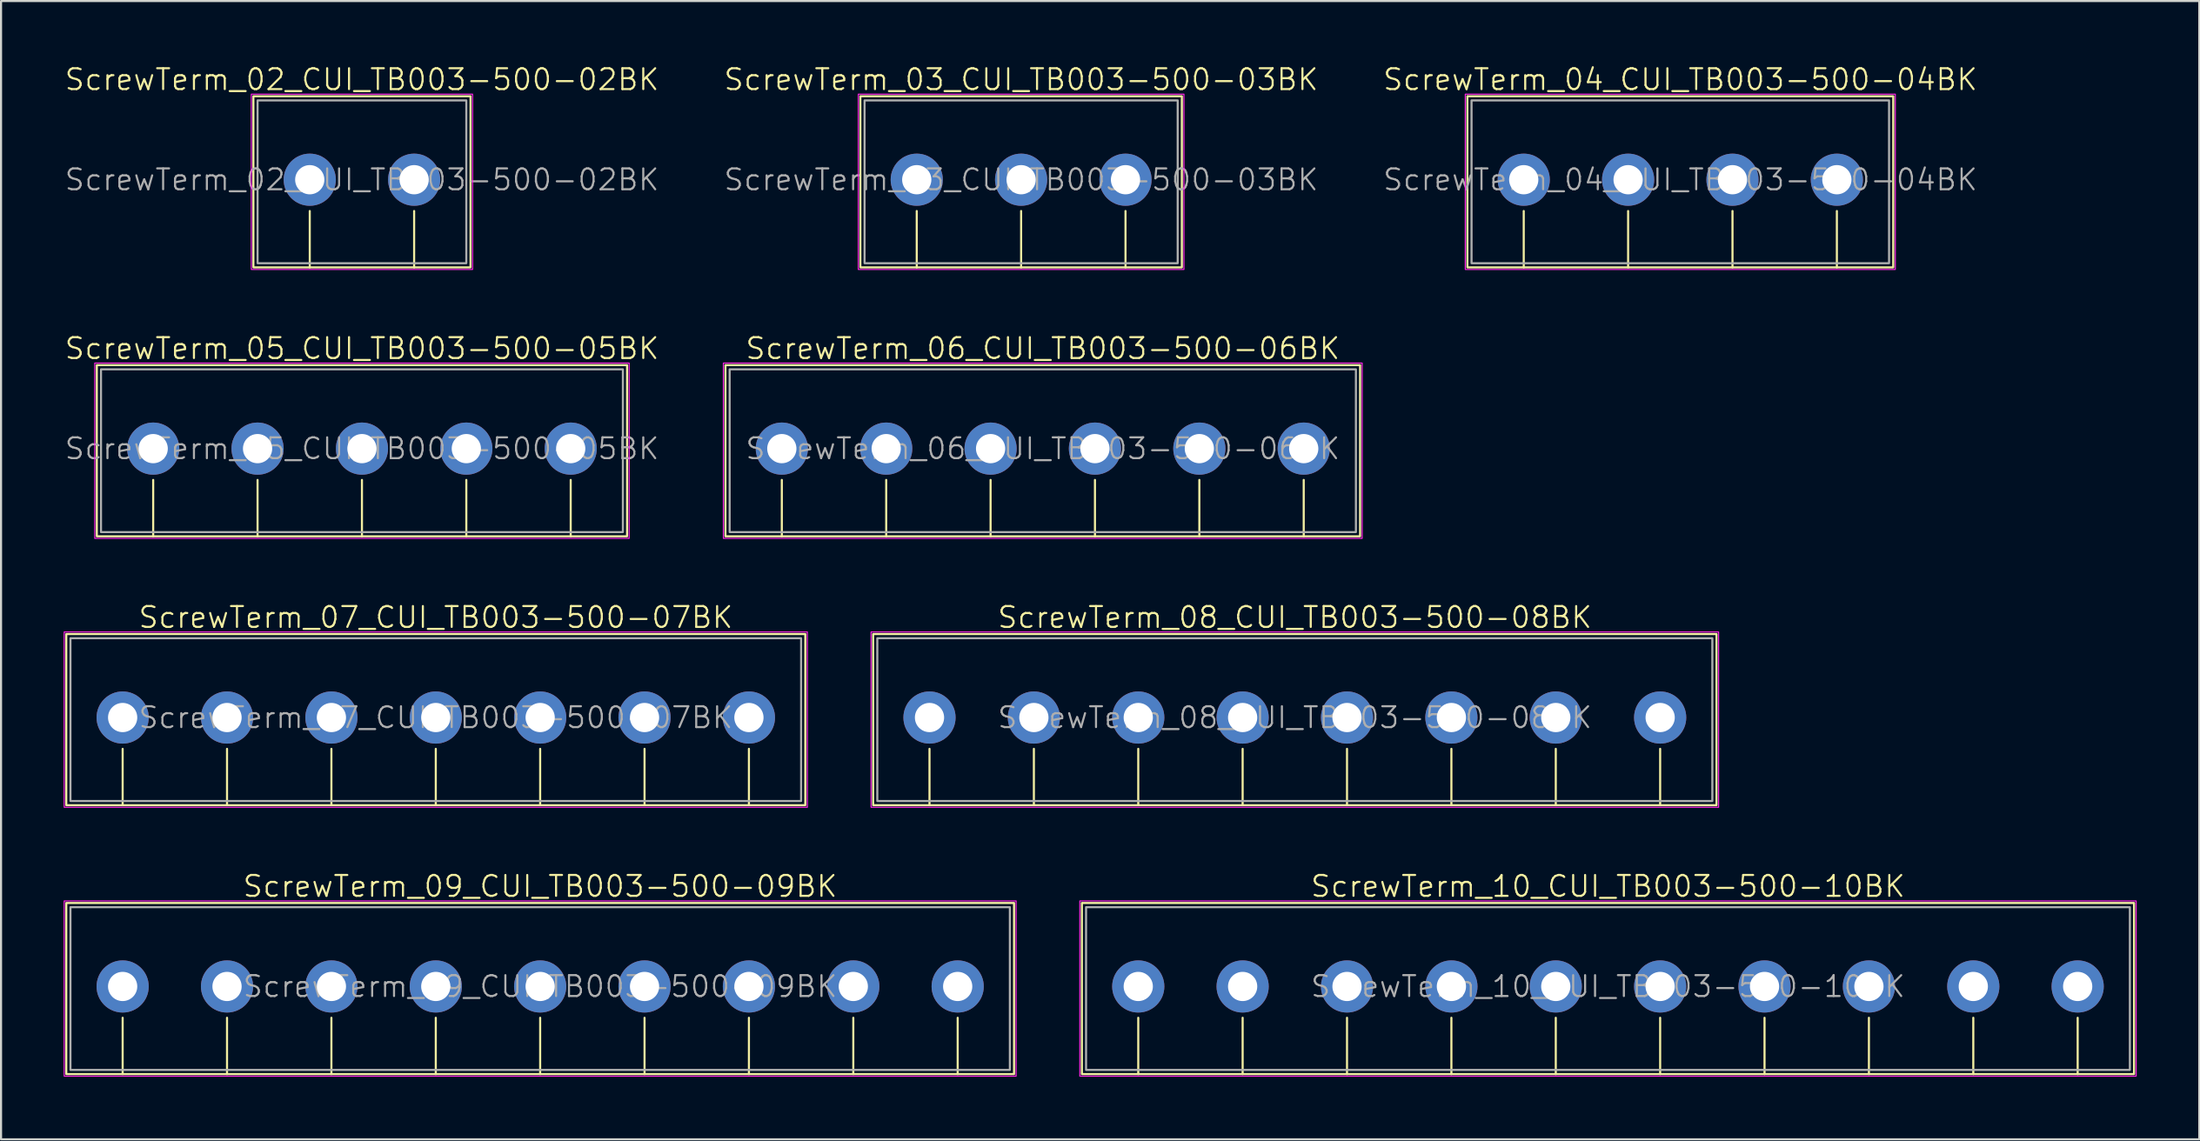
<source format=kicad_pcb>
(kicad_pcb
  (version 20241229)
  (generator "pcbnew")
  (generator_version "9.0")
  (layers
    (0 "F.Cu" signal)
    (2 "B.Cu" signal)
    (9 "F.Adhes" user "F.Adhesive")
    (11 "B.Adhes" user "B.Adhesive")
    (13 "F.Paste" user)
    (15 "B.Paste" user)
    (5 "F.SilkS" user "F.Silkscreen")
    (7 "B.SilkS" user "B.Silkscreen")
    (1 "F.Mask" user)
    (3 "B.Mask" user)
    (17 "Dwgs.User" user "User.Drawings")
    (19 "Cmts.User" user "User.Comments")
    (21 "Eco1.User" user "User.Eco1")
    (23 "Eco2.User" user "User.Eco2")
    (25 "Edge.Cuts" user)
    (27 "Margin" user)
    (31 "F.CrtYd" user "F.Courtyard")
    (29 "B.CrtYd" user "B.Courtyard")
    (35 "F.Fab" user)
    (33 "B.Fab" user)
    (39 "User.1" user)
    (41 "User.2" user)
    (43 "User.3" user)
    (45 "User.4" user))
  (footprint "ScrewTerm_02_CUI_TB003-500-02BK"
    (layer "F.Cu")
    (at 14.288 5.561)
    (property "Reference" "ScrewTerm_02_CUI_TB003-500-02BK" (at 0 -4.8 0) (unlocked yes) (layer "F.SilkS") (effects (font (size 1 1) (thickness 0.1))))
    (attr through_hole)
    (fp_line (start -2.5 1.5) (end -2.5 4.2) (stroke (width 0.1) (type default)) (layer "F.SilkS"))
    (fp_line (start 2.5 1.5) (end 2.5 4.2) (stroke (width 0.1) (type default)) (layer "F.SilkS"))
    (fp_rect (start -5.2 -4) (end 5.2 4.2) (stroke (width 0.1) (type default)) (fill no) (layer "F.SilkS"))
    (fp_rect (start -5.3 -4.1) (end 5.3 4.3) (stroke (width 0.05) (type default)) (fill no) (layer "F.CrtYd"))
    (fp_rect (start -5 -3.8) (end 5 4) (stroke (width 0.1) (type default)) (fill no) (layer "F.Fab"))
    (fp_text user "${REFERENCE}" (at 0 0 0) (unlocked yes) (layer "F.Fab") (effects (font (size 1 1) (thickness 0.1))))
    (pad "1" thru_hole circle (at -2.5 0) (size 2.5 2.5) (drill 1.4) (layers "*.Cu" "*.Mask"))
    (pad "2" thru_hole circle (at 2.5 0) (size 2.5 2.5) (drill 1.4) (layers "*.Cu" "*.Mask")))
  (footprint "ScrewTerm_05_CUI_TB003-500-05BK"
    (layer "F.Cu")
    (at 14.288 18.446)
    (property "Reference" "ScrewTerm_05_CUI_TB003-500-05BK" (at 0 -4.8 0) (unlocked yes) (layer "F.SilkS") (effects (font (size 1 1) (thickness 0.1))))
    (attr through_hole)
    (fp_line (start -10 1.5) (end -10 4.2) (stroke (width 0.1) (type default)) (layer "F.SilkS"))
    (fp_line (start -5 1.5) (end -5 4.2) (stroke (width 0.1) (type default)) (layer "F.SilkS"))
    (fp_line (start 0 1.5) (end 0 4.2) (stroke (width 0.1) (type default)) (layer "F.SilkS"))
    (fp_line (start 5 1.5) (end 5 4.2) (stroke (width 0.1) (type default)) (layer "F.SilkS"))
    (fp_line (start 10 1.5) (end 10 4.2) (stroke (width 0.1) (type default)) (layer "F.SilkS"))
    (fp_rect (start -12.7 -4) (end 12.7 4.2) (stroke (width 0.1) (type default)) (fill no) (layer "F.SilkS"))
    (fp_rect (start -12.8 -4.1) (end 12.8 4.3) (stroke (width 0.05) (type default)) (fill no) (layer "F.CrtYd"))
    (fp_rect (start -12.5 -3.8) (end 12.5 4) (stroke (width 0.1) (type default)) (fill no) (layer "F.Fab"))
    (fp_text user "${REFERENCE}" (at 0 0 0) (unlocked yes) (layer "F.Fab") (effects (font (size 1 1) (thickness 0.1))))
    (pad "1" thru_hole circle (at -10 0) (size 2.5 2.5) (drill 1.4) (layers "*.Cu" "*.Mask"))
    (pad "2" thru_hole circle (at -5 0) (size 2.5 2.5) (drill 1.4) (layers "*.Cu" "*.Mask"))
    (pad "3" thru_hole circle (at 0 0) (size 2.5 2.5) (drill 1.4) (layers "*.Cu" "*.Mask"))
    (pad "4" thru_hole circle (at 5 0) (size 2.5 2.5) (drill 1.4) (layers "*.Cu" "*.Mask"))
    (pad "5" thru_hole circle (at 10 0) (size 2.5 2.5) (drill 1.4) (layers "*.Cu" "*.Mask")))
  (footprint "ScrewTerm_07_CUI_TB003-500-07BK"
    (layer "F.Cu")
    (at 17.825 31.331)
    (property "Reference" "ScrewTerm_07_CUI_TB003-500-07BK" (at 0 -4.8 0) (unlocked yes) (layer "F.SilkS") (effects (font (size 1 1) (thickness 0.1))))
    (attr through_hole)
    (fp_line (start -15 1.5) (end -15 4.2) (stroke (width 0.1) (type default)) (layer "F.SilkS"))
    (fp_line (start -10 1.5) (end -10 4.2) (stroke (width 0.1) (type default)) (layer "F.SilkS"))
    (fp_line (start -5 1.5) (end -5 4.2) (stroke (width 0.1) (type default)) (layer "F.SilkS"))
    (fp_line (start 0 1.5) (end 0 4.2) (stroke (width 0.1) (type default)) (layer "F.SilkS"))
    (fp_line (start 5 1.5) (end 5 4.2) (stroke (width 0.1) (type default)) (layer "F.SilkS"))
    (fp_line (start 10 1.5) (end 10 4.2) (stroke (width 0.1) (type default)) (layer "F.SilkS"))
    (fp_line (start 15 1.5) (end 15 4.2) (stroke (width 0.1) (type default)) (layer "F.SilkS"))
    (fp_rect (start -17.7 -4) (end 17.7 4.2) (stroke (width 0.1) (type default)) (fill no) (layer "F.SilkS"))
    (fp_rect (start -17.8 -4.1) (end 17.8 4.3) (stroke (width 0.05) (type default)) (fill no) (layer "F.CrtYd"))
    (fp_rect (start -17.5 -3.8) (end 17.5 4) (stroke (width 0.1) (type default)) (fill no) (layer "F.Fab"))
    (fp_text user "${REFERENCE}" (at 0 0 0) (unlocked yes) (layer "F.Fab") (effects (font (size 1 1) (thickness 0.1))))
    (pad "1" thru_hole circle (at -15 0) (size 2.5 2.5) (drill 1.4) (layers "*.Cu" "*.Mask"))
    (pad "2" thru_hole circle (at -10 0) (size 2.5 2.5) (drill 1.4) (layers "*.Cu" "*.Mask"))
    (pad "3" thru_hole circle (at -5 0) (size 2.5 2.5) (drill 1.4) (layers "*.Cu" "*.Mask"))
    (pad "4" thru_hole circle (at 0 0) (size 2.5 2.5) (drill 1.4) (layers "*.Cu" "*.Mask"))
    (pad "5" thru_hole circle (at 5 0) (size 2.5 2.5) (drill 1.4) (layers "*.Cu" "*.Mask"))
    (pad "6" thru_hole circle (at 10 0) (size 2.5 2.5) (drill 1.4) (layers "*.Cu" "*.Mask"))
    (pad "7" thru_hole circle (at 15 0) (size 2.5 2.5) (drill 1.4) (layers "*.Cu" "*.Mask")))
  (footprint "ScrewTerm_10_CUI_TB003-500-10BK"
    (layer "F.Cu")
    (at 73.975 44.217)
    (property "Reference" "ScrewTerm_10_CUI_TB003-500-10BK" (at 0 -4.8 0) (unlocked yes) (layer "F.SilkS") (effects (font (size 1 1) (thickness 0.1))))
    (attr through_hole)
    (fp_line (start -22.5 1.5) (end -22.5 4.2) (stroke (width 0.1) (type default)) (layer "F.SilkS"))
    (fp_line (start -17.5 1.5) (end -17.5 4.2) (stroke (width 0.1) (type default)) (layer "F.SilkS"))
    (fp_line (start -12.5 1.5) (end -12.5 4.2) (stroke (width 0.1) (type default)) (layer "F.SilkS"))
    (fp_line (start -7.5 1.5) (end -7.5 4.2) (stroke (width 0.1) (type default)) (layer "F.SilkS"))
    (fp_line (start -2.5 1.5) (end -2.5 4.2) (stroke (width 0.1) (type default)) (layer "F.SilkS"))
    (fp_line (start 2.5 1.5) (end 2.5 4.2) (stroke (width 0.1) (type default)) (layer "F.SilkS"))
    (fp_line (start 7.5 1.5) (end 7.5 4.2) (stroke (width 0.1) (type default)) (layer "F.SilkS"))
    (fp_line (start 12.5 1.5) (end 12.5 4.2) (stroke (width 0.1) (type default)) (layer "F.SilkS"))
    (fp_line (start 17.5 1.5) (end 17.5 4.2) (stroke (width 0.1) (type default)) (layer "F.SilkS"))
    (fp_line (start 22.5 1.5) (end 22.5 4.2) (stroke (width 0.1) (type default)) (layer "F.SilkS"))
    (fp_rect (start -25.2 -4) (end 25.2 4.2) (stroke (width 0.1) (type default)) (fill no) (layer "F.SilkS"))
    (fp_rect (start -25.3 -4.1) (end 25.3 4.3) (stroke (width 0.05) (type default)) (fill no) (layer "F.CrtYd"))
    (fp_rect (start -25 -3.8) (end 25 4) (stroke (width 0.1) (type default)) (fill no) (layer "F.Fab"))
    (fp_text user "${REFERENCE}" (at 0 0 0) (unlocked yes) (layer "F.Fab") (effects (font (size 1 1) (thickness 0.1))))
    (pad "1" thru_hole circle (at -22.5 0) (size 2.5 2.5) (drill 1.4) (layers "*.Cu" "*.Mask"))
    (pad "2" thru_hole circle (at -17.5 0) (size 2.5 2.5) (drill 1.4) (layers "*.Cu" "*.Mask"))
    (pad "3" thru_hole circle (at -12.5 0) (size 2.5 2.5) (drill 1.4) (layers "*.Cu" "*.Mask"))
    (pad "4" thru_hole circle (at -7.5 0) (size 2.5 2.5) (drill 1.4) (layers "*.Cu" "*.Mask"))
    (pad "5" thru_hole circle (at -2.5 0) (size 2.5 2.5) (drill 1.4) (layers "*.Cu" "*.Mask"))
    (pad "6" thru_hole circle (at 2.5 0) (size 2.5 2.5) (drill 1.4) (layers "*.Cu" "*.Mask"))
    (pad "7" thru_hole circle (at 7.5 0) (size 2.5 2.5) (drill 1.4) (layers "*.Cu" "*.Mask"))
    (pad "8" thru_hole circle (at 12.5 0) (size 2.5 2.5) (drill 1.4) (layers "*.Cu" "*.Mask"))
    (pad "9" thru_hole circle (at 17.5 0) (size 2.5 2.5) (drill 1.4) (layers "*.Cu" "*.Mask"))
    (pad "10" thru_hole circle (at 22.5 0) (size 2.5 2.5) (drill 1.4) (layers "*.Cu" "*.Mask")))
  (footprint "ScrewTerm_03_CUI_TB003-500-03BK"
    (layer "F.Cu")
    (at 45.864 5.561)
    (property "Reference" "ScrewTerm_03_CUI_TB003-500-03BK" (at 0 -4.8 0) (unlocked yes) (layer "F.SilkS") (effects (font (size 1 1) (thickness 0.1))))
    (attr through_hole)
    (fp_line (start -5 1.5) (end -5 4.2) (stroke (width 0.1) (type default)) (layer "F.SilkS"))
    (fp_line (start 0 1.5) (end 0 4.2) (stroke (width 0.1) (type default)) (layer "F.SilkS"))
    (fp_line (start 5 1.5) (end 5 4.2) (stroke (width 0.1) (type default)) (layer "F.SilkS"))
    (fp_rect (start -7.7 -4) (end 7.7 4.2) (stroke (width 0.1) (type default)) (fill no) (layer "F.SilkS"))
    (fp_rect (start -7.8 -4.1) (end 7.8 4.3) (stroke (width 0.05) (type default)) (fill no) (layer "F.CrtYd"))
    (fp_rect (start -7.5 -3.8) (end 7.5 4) (stroke (width 0.1) (type default)) (fill no) (layer "F.Fab"))
    (fp_text user "${REFERENCE}" (at 0 0 0) (unlocked yes) (layer "F.Fab") (effects (font (size 1 1) (thickness 0.1))))
    (pad "1" thru_hole circle (at -5 0) (size 2.5 2.5) (drill 1.4) (layers "*.Cu" "*.Mask"))
    (pad "2" thru_hole circle (at 0 0) (size 2.5 2.5) (drill 1.4) (layers "*.Cu" "*.Mask"))
    (pad "3" thru_hole circle (at 5 0) (size 2.5 2.5) (drill 1.4) (layers "*.Cu" "*.Mask")))
  (footprint "ScrewTerm_08_CUI_TB003-500-08BK"
    (layer "F.Cu")
    (at 58.975 31.331)
    (property "Reference" "ScrewTerm_08_CUI_TB003-500-08BK" (at 0 -4.8 0) (unlocked yes) (layer "F.SilkS") (effects (font (size 1 1) (thickness 0.1))))
    (attr through_hole)
    (fp_line (start -17.5 1.5) (end -17.5 4.2) (stroke (width 0.1) (type default)) (layer "F.SilkS"))
    (fp_line (start -12.5 1.5) (end -12.5 4.2) (stroke (width 0.1) (type default)) (layer "F.SilkS"))
    (fp_line (start -7.5 1.5) (end -7.5 4.2) (stroke (width 0.1) (type default)) (layer "F.SilkS"))
    (fp_line (start -2.5 1.5) (end -2.5 4.2) (stroke (width 0.1) (type default)) (layer "F.SilkS"))
    (fp_line (start 2.5 1.5) (end 2.5 4.2) (stroke (width 0.1) (type default)) (layer "F.SilkS"))
    (fp_line (start 7.5 1.5) (end 7.5 4.2) (stroke (width 0.1) (type default)) (layer "F.SilkS"))
    (fp_line (start 12.5 1.5) (end 12.5 4.2) (stroke (width 0.1) (type default)) (layer "F.SilkS"))
    (fp_line (start 17.5 1.5) (end 17.5 4.2) (stroke (width 0.1) (type default)) (layer "F.SilkS"))
    (fp_rect (start -20.2 -4) (end 20.2 4.2) (stroke (width 0.1) (type default)) (fill no) (layer "F.SilkS"))
    (fp_rect (start -20.3 -4.1) (end 20.3 4.3) (stroke (width 0.05) (type default)) (fill no) (layer "F.CrtYd"))
    (fp_rect (start -20 -3.8) (end 20 4) (stroke (width 0.1) (type default)) (fill no) (layer "F.Fab"))
    (fp_text user "${REFERENCE}" (at 0 0 0) (unlocked yes) (layer "F.Fab") (effects (font (size 1 1) (thickness 0.1))))
    (pad "1" thru_hole circle (at -17.5 0) (size 2.5 2.5) (drill 1.4) (layers "*.Cu" "*.Mask"))
    (pad "2" thru_hole circle (at -12.5 0) (size 2.5 2.5) (drill 1.4) (layers "*.Cu" "*.Mask"))
    (pad "3" thru_hole circle (at -7.5 0) (size 2.5 2.5) (drill 1.4) (layers "*.Cu" "*.Mask"))
    (pad "4" thru_hole circle (at -2.5 0) (size 2.5 2.5) (drill 1.4) (layers "*.Cu" "*.Mask"))
    (pad "5" thru_hole circle (at 2.5 0) (size 2.5 2.5) (drill 1.4) (layers "*.Cu" "*.Mask"))
    (pad "6" thru_hole circle (at 7.5 0) (size 2.5 2.5) (drill 1.4) (layers "*.Cu" "*.Mask"))
    (pad "7" thru_hole circle (at 12.5 0) (size 2.5 2.5) (drill 1.4) (layers "*.Cu" "*.Mask"))
    (pad "8" thru_hole circle (at 17.5 0) (size 2.5 2.5) (drill 1.4) (layers "*.Cu" "*.Mask")))
  (footprint "ScrewTerm_09_CUI_TB003-500-09BK"
    (layer "F.Cu")
    (at 22.825 44.217)
    (property "Reference" "ScrewTerm_09_CUI_TB003-500-09BK" (at 0 -4.8 0) (unlocked yes) (layer "F.SilkS") (effects (font (size 1 1) (thickness 0.1))))
    (attr through_hole)
    (fp_line (start -20 1.5) (end -20 4.2) (stroke (width 0.1) (type default)) (layer "F.SilkS"))
    (fp_line (start -15 1.5) (end -15 4.2) (stroke (width 0.1) (type default)) (layer "F.SilkS"))
    (fp_line (start -10 1.5) (end -10 4.2) (stroke (width 0.1) (type default)) (layer "F.SilkS"))
    (fp_line (start -5 1.5) (end -5 4.2) (stroke (width 0.1) (type default)) (layer "F.SilkS"))
    (fp_line (start 0 1.5) (end 0 4.2) (stroke (width 0.1) (type default)) (layer "F.SilkS"))
    (fp_line (start 5 1.5) (end 5 4.2) (stroke (width 0.1) (type default)) (layer "F.SilkS"))
    (fp_line (start 10 1.5) (end 10 4.2) (stroke (width 0.1) (type default)) (layer "F.SilkS"))
    (fp_line (start 15 1.5) (end 15 4.2) (stroke (width 0.1) (type default)) (layer "F.SilkS"))
    (fp_line (start 20 1.5) (end 20 4.2) (stroke (width 0.1) (type default)) (layer "F.SilkS"))
    (fp_rect (start -22.7 -4) (end 22.7 4.2) (stroke (width 0.1) (type default)) (fill no) (layer "F.SilkS"))
    (fp_rect (start -22.8 -4.1) (end 22.8 4.3) (stroke (width 0.05) (type default)) (fill no) (layer "F.CrtYd"))
    (fp_rect (start -22.5 -3.8) (end 22.5 4) (stroke (width 0.1) (type default)) (fill no) (layer "F.Fab"))
    (fp_text user "${REFERENCE}" (at 0 0 0) (unlocked yes) (layer "F.Fab") (effects (font (size 1 1) (thickness 0.1))))
    (pad "1" thru_hole circle (at -20 0) (size 2.5 2.5) (drill 1.4) (layers "*.Cu" "*.Mask"))
    (pad "2" thru_hole circle (at -15 0) (size 2.5 2.5) (drill 1.4) (layers "*.Cu" "*.Mask"))
    (pad "3" thru_hole circle (at -10 0) (size 2.5 2.5) (drill 1.4) (layers "*.Cu" "*.Mask"))
    (pad "4" thru_hole circle (at -5 0) (size 2.5 2.5) (drill 1.4) (layers "*.Cu" "*.Mask"))
    (pad "5" thru_hole circle (at 0 0) (size 2.5 2.5) (drill 1.4) (layers "*.Cu" "*.Mask"))
    (pad "6" thru_hole circle (at 5 0) (size 2.5 2.5) (drill 1.4) (layers "*.Cu" "*.Mask"))
    (pad "7" thru_hole circle (at 10 0) (size 2.5 2.5) (drill 1.4) (layers "*.Cu" "*.Mask"))
    (pad "8" thru_hole circle (at 15 0) (size 2.5 2.5) (drill 1.4) (layers "*.Cu" "*.Mask"))
    (pad "9" thru_hole circle (at 20 0) (size 2.5 2.5) (drill 1.4) (layers "*.Cu" "*.Mask")))
  (footprint "ScrewTerm_04_CUI_TB003-500-04BK"
    (layer "F.Cu")
    (at 77.44 5.561)
    (property "Reference" "ScrewTerm_04_CUI_TB003-500-04BK" (at 0 -4.8 0) (unlocked yes) (layer "F.SilkS") (effects (font (size 1 1) (thickness 0.1))))
    (attr through_hole)
    (fp_line (start -7.5 1.5) (end -7.5 4.2) (stroke (width 0.1) (type default)) (layer "F.SilkS"))
    (fp_line (start -2.5 1.5) (end -2.5 4.2) (stroke (width 0.1) (type default)) (layer "F.SilkS"))
    (fp_line (start 2.5 1.5) (end 2.5 4.2) (stroke (width 0.1) (type default)) (layer "F.SilkS"))
    (fp_line (start 7.5 1.5) (end 7.5 4.2) (stroke (width 0.1) (type default)) (layer "F.SilkS"))
    (fp_rect (start -10.2 -4) (end 10.2 4.2) (stroke (width 0.1) (type default)) (fill no) (layer "F.SilkS"))
    (fp_rect (start -10.3 -4.1) (end 10.3 4.3) (stroke (width 0.05) (type default)) (fill no) (layer "F.CrtYd"))
    (fp_rect (start -10 -3.8) (end 10 4) (stroke (width 0.1) (type default)) (fill no) (layer "F.Fab"))
    (fp_text user "${REFERENCE}" (at 0 0 0) (unlocked yes) (layer "F.Fab") (effects (font (size 1 1) (thickness 0.1))))
    (pad "1" thru_hole circle (at -7.5 0) (size 2.5 2.5) (drill 1.4) (layers "*.Cu" "*.Mask"))
    (pad "2" thru_hole circle (at -2.5 0) (size 2.5 2.5) (drill 1.4) (layers "*.Cu" "*.Mask"))
    (pad "3" thru_hole circle (at 2.5 0) (size 2.5 2.5) (drill 1.4) (layers "*.Cu" "*.Mask"))
    (pad "4" thru_hole circle (at 7.5 0) (size 2.5 2.5) (drill 1.4) (layers "*.Cu" "*.Mask")))
  (footprint "ScrewTerm_06_CUI_TB003-500-06BK"
    (layer "F.Cu")
    (at 46.901 18.446)
    (property "Reference" "ScrewTerm_06_CUI_TB003-500-06BK" (at 0 -4.8 0) (unlocked yes) (layer "F.SilkS") (effects (font (size 1 1) (thickness 0.1))))
    (attr through_hole)
    (fp_line (start -12.5 1.5) (end -12.5 4.2) (stroke (width 0.1) (type default)) (layer "F.SilkS"))
    (fp_line (start -7.5 1.5) (end -7.5 4.2) (stroke (width 0.1) (type default)) (layer "F.SilkS"))
    (fp_line (start -2.5 1.5) (end -2.5 4.2) (stroke (width 0.1) (type default)) (layer "F.SilkS"))
    (fp_line (start 2.5 1.5) (end 2.5 4.2) (stroke (width 0.1) (type default)) (layer "F.SilkS"))
    (fp_line (start 7.5 1.5) (end 7.5 4.2) (stroke (width 0.1) (type default)) (layer "F.SilkS"))
    (fp_line (start 12.5 1.5) (end 12.5 4.2) (stroke (width 0.1) (type default)) (layer "F.SilkS"))
    (fp_rect (start -15.2 -4) (end 15.2 4.2) (stroke (width 0.1) (type default)) (fill no) (layer "F.SilkS"))
    (fp_rect (start -15.3 -4.1) (end 15.3 4.3) (stroke (width 0.05) (type default)) (fill no) (layer "F.CrtYd"))
    (fp_rect (start -15 -3.8) (end 15 4) (stroke (width 0.1) (type default)) (fill no) (layer "F.Fab"))
    (fp_text user "${REFERENCE}" (at 0 0 0) (unlocked yes) (layer "F.Fab") (effects (font (size 1 1) (thickness 0.1))))
    (pad "1" thru_hole circle (at -12.5 0) (size 2.5 2.5) (drill 1.4) (layers "*.Cu" "*.Mask"))
    (pad "2" thru_hole circle (at -7.5 0) (size 2.5 2.5) (drill 1.4) (layers "*.Cu" "*.Mask"))
    (pad "3" thru_hole circle (at -2.5 0) (size 2.5 2.5) (drill 1.4) (layers "*.Cu" "*.Mask"))
    (pad "4" thru_hole circle (at 2.5 0) (size 2.5 2.5) (drill 1.4) (layers "*.Cu" "*.Mask"))
    (pad "5" thru_hole circle (at 7.5 0) (size 2.5 2.5) (drill 1.4) (layers "*.Cu" "*.Mask"))
    (pad "6" thru_hole circle (at 12.5 0) (size 2.5 2.5) (drill 1.4) (layers "*.Cu" "*.Mask")))
  (gr_rect
    (start -3 -3)
    (end 102.3 51.542)
    (stroke (width 0.1) (type default))
    (fill no)
    (layer "Edge.Cuts")))
</source>
